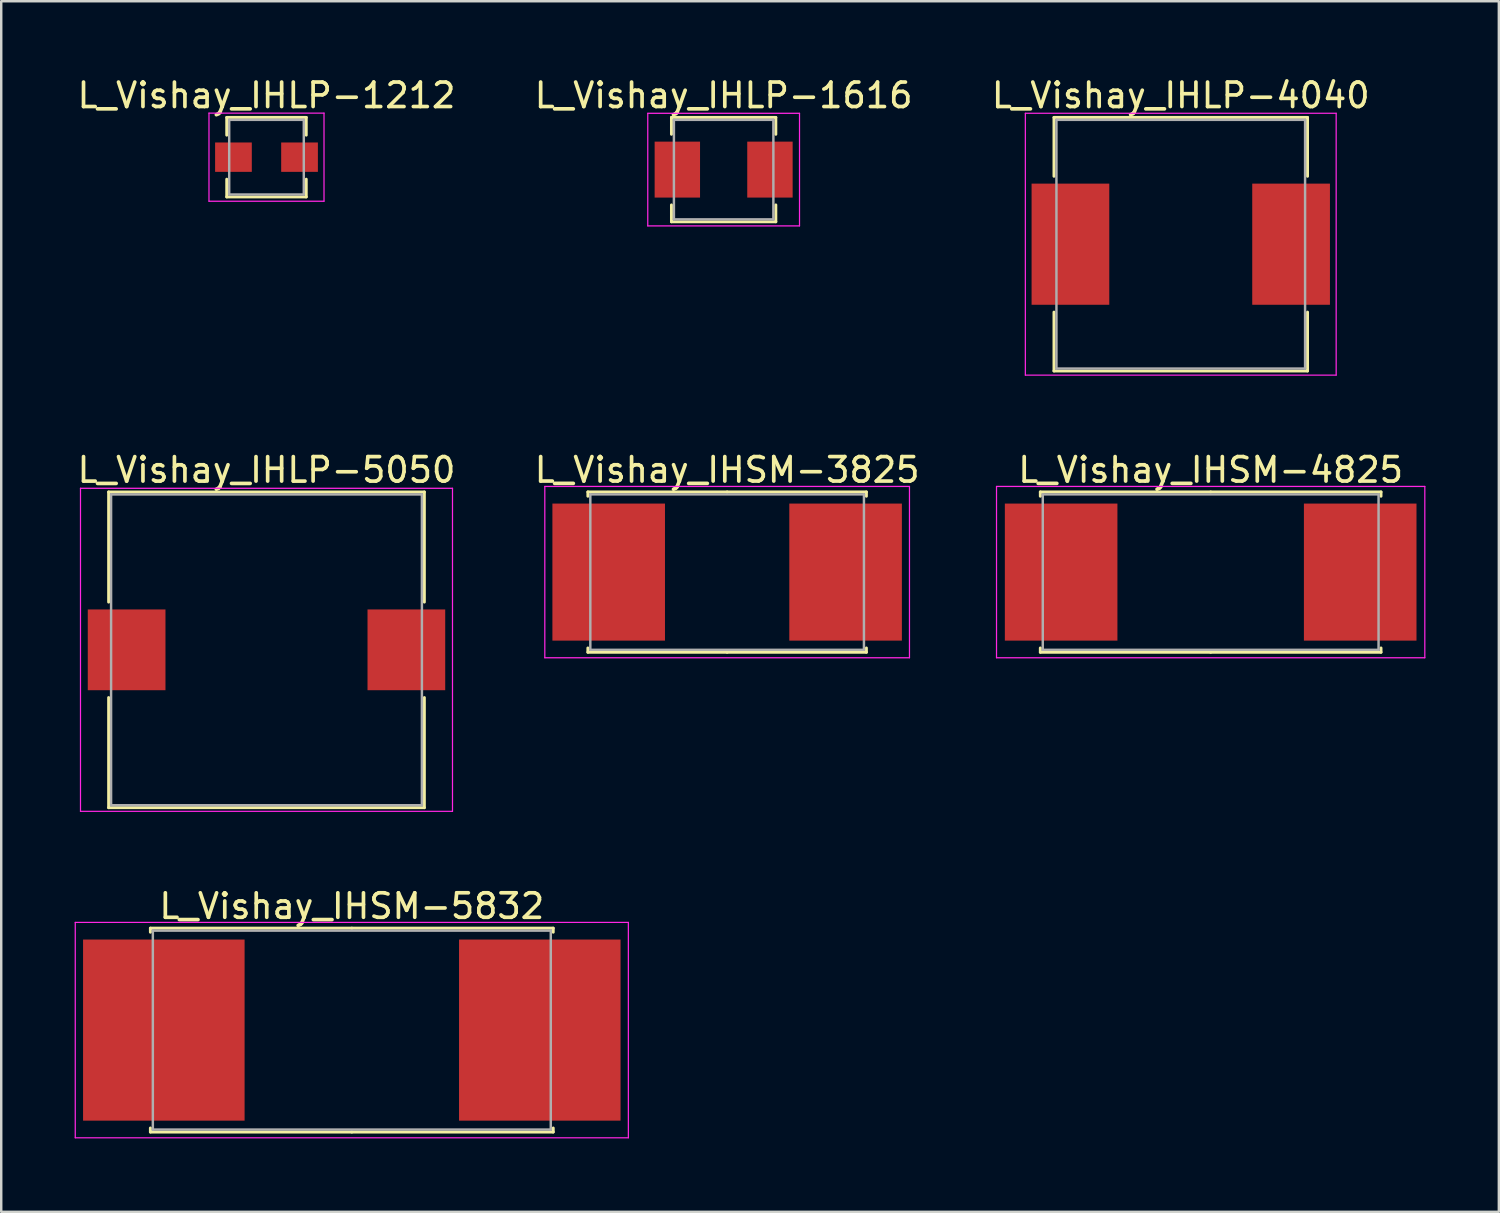
<source format=kicad_pcb>
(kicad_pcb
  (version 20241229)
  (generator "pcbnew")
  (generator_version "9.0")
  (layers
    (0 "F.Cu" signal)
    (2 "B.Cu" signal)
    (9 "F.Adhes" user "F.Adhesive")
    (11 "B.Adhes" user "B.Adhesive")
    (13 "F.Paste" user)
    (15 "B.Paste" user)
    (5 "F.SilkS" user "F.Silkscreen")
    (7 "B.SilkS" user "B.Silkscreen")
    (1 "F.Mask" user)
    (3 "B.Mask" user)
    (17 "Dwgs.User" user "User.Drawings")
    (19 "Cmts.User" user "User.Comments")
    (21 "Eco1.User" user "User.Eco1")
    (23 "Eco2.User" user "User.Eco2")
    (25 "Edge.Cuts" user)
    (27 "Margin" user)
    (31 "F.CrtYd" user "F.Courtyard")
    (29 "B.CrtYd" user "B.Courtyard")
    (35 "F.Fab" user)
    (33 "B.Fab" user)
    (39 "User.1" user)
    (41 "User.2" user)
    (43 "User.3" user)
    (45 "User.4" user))
  (footprint "L_Vishay_IHSM-5832"
    (layer "F.Cu")
    (at 11.325 39.04)
    (property "Reference" "L_Vishay_IHSM-5832" (at 0 -5.065 0) (layer "F.SilkS") (effects (font (size 1 1) (thickness 0.15))))
    (attr smd)
    (fp_line (start -8.23 -4.165) (end 0 -4.165) (stroke (width 0.12) (type solid)) (layer "F.SilkS"))
    (fp_line (start -8.23 -4) (end -8.23 -4.165) (stroke (width 0.12) (type solid)) (layer "F.SilkS"))
    (fp_line (start -8.23 4) (end -8.23 4.165) (stroke (width 0.12) (type solid)) (layer "F.SilkS"))
    (fp_line (start -8.23 4.165) (end 0 4.165) (stroke (width 0.12) (type solid)) (layer "F.SilkS"))
    (fp_line (start 8.23 -4.165) (end 0 -4.165) (stroke (width 0.12) (type solid)) (layer "F.SilkS"))
    (fp_line (start 8.23 -4) (end 8.23 -4.165) (stroke (width 0.12) (type solid)) (layer "F.SilkS"))
    (fp_line (start 8.23 4) (end 8.23 4.165) (stroke (width 0.12) (type solid)) (layer "F.SilkS"))
    (fp_line (start 8.23 4.165) (end 0 4.165) (stroke (width 0.12) (type solid)) (layer "F.SilkS"))
    (fp_line (start -11.3 -4.4) (end -11.3 4.4) (stroke (width 0.05) (type solid)) (layer "F.CrtYd"))
    (fp_line (start -11.3 4.4) (end 11.3 4.4) (stroke (width 0.05) (type solid)) (layer "F.CrtYd"))
    (fp_line (start 11.3 -4.4) (end -11.3 -4.4) (stroke (width 0.05) (type solid)) (layer "F.CrtYd"))
    (fp_line (start 11.3 4.4) (end 11.3 -4.4) (stroke (width 0.05) (type solid)) (layer "F.CrtYd"))
    (fp_line (start -8.13 -4.065) (end -8.13 4.065) (stroke (width 0.1) (type solid)) (layer "F.Fab"))
    (fp_line (start -8.13 4.065) (end 8.13 4.065) (stroke (width 0.1) (type solid)) (layer "F.Fab"))
    (fp_line (start 8.13 -4.065) (end -8.13 -4.065) (stroke (width 0.1) (type solid)) (layer "F.Fab"))
    (fp_line (start 8.13 4.065) (end 8.13 -4.065) (stroke (width 0.1) (type solid)) (layer "F.Fab"))
    (pad "1" smd rect (at -7.681 0) (size 6.6 7.4) (layers "F.Cu" "F.Mask" "F.Paste"))
    (pad "2" smd rect (at 7.681 0) (size 6.6 7.4) (layers "F.Cu" "F.Mask" "F.Paste")))
  (footprint "L_Vishay_IHLP-1212"
    (layer "F.Cu")
    (at 7.839 3.372)
    (property "Reference" "L_Vishay_IHLP-1212" (at 0 -2.524 0) (layer "F.SilkS") (effects (font (size 1 1) (thickness 0.15))))
    (attr smd)
    (fp_line (start -1.624 -1.624) (end 1.624 -1.624) (stroke (width 0.12) (type solid)) (layer "F.SilkS"))
    (fp_line (start -1.624 -0.9) (end -1.624 -1.624) (stroke (width 0.12) (type solid)) (layer "F.SilkS"))
    (fp_line (start -1.624 0.9) (end -1.624 1.624) (stroke (width 0.12) (type solid)) (layer "F.SilkS"))
    (fp_line (start -1.624 1.624) (end 1.624 1.624) (stroke (width 0.12) (type solid)) (layer "F.SilkS"))
    (fp_line (start 1.624 -1.624) (end 1.624 -0.9) (stroke (width 0.12) (type solid)) (layer "F.SilkS"))
    (fp_line (start 1.624 1.624) (end 1.624 0.9) (stroke (width 0.12) (type solid)) (layer "F.SilkS"))
    (fp_line (start -2.35 -1.8) (end -2.35 1.8) (stroke (width 0.05) (type solid)) (layer "F.CrtYd"))
    (fp_line (start -2.35 1.8) (end 2.35 1.8) (stroke (width 0.05) (type solid)) (layer "F.CrtYd"))
    (fp_line (start 2.35 -1.8) (end -2.35 -1.8) (stroke (width 0.05) (type solid)) (layer "F.CrtYd"))
    (fp_line (start 2.35 1.8) (end 2.35 -1.8) (stroke (width 0.05) (type solid)) (layer "F.CrtYd"))
    (fp_line (start -1.524 -1.524) (end -1.524 1.524) (stroke (width 0.1) (type solid)) (layer "F.Fab"))
    (fp_line (start -1.524 1.524) (end 1.524 1.524) (stroke (width 0.1) (type solid)) (layer "F.Fab"))
    (fp_line (start 1.524 -1.524) (end -1.524 -1.524) (stroke (width 0.1) (type solid)) (layer "F.Fab"))
    (fp_line (start 1.524 1.524) (end 1.524 -1.524) (stroke (width 0.1) (type solid)) (layer "F.Fab"))
    (pad "1" smd rect (at -1.35 0) (size 1.5 1.2) (layers "F.Cu" "F.Mask" "F.Paste"))
    (pad "2" smd rect (at 1.35 0) (size 1.5 1.2) (layers "F.Cu" "F.Mask" "F.Paste")))
  (footprint "L_Vishay_IHSM-3825"
    (layer "F.Cu")
    (at 26.661 20.326)
    (property "Reference" "L_Vishay_IHSM-3825" (at 0 -4.175 0) (layer "F.SilkS") (effects (font (size 1 1) (thickness 0.15))))
    (attr smd)
    (fp_line (start -5.69 -3.275) (end 0 -3.275) (stroke (width 0.12) (type solid)) (layer "F.SilkS"))
    (fp_line (start -5.69 -3.1) (end -5.69 -3.275) (stroke (width 0.12) (type solid)) (layer "F.SilkS"))
    (fp_line (start -5.69 3.1) (end -5.69 3.275) (stroke (width 0.12) (type solid)) (layer "F.SilkS"))
    (fp_line (start -5.69 3.275) (end 0 3.275) (stroke (width 0.12) (type solid)) (layer "F.SilkS"))
    (fp_line (start 5.69 -3.275) (end 0 -3.275) (stroke (width 0.12) (type solid)) (layer "F.SilkS"))
    (fp_line (start 5.69 -3.1) (end 5.69 -3.275) (stroke (width 0.12) (type solid)) (layer "F.SilkS"))
    (fp_line (start 5.69 3.1) (end 5.69 3.275) (stroke (width 0.12) (type solid)) (layer "F.SilkS"))
    (fp_line (start 5.69 3.275) (end 0 3.275) (stroke (width 0.12) (type solid)) (layer "F.SilkS"))
    (fp_line (start -7.45 -3.5) (end -7.45 3.5) (stroke (width 0.05) (type solid)) (layer "F.CrtYd"))
    (fp_line (start -7.45 3.5) (end 7.45 3.5) (stroke (width 0.05) (type solid)) (layer "F.CrtYd"))
    (fp_line (start 7.45 -3.5) (end -7.45 -3.5) (stroke (width 0.05) (type solid)) (layer "F.CrtYd"))
    (fp_line (start 7.45 3.5) (end 7.45 -3.5) (stroke (width 0.05) (type solid)) (layer "F.CrtYd"))
    (fp_line (start -5.59 -3.175) (end -5.59 3.175) (stroke (width 0.1) (type solid)) (layer "F.Fab"))
    (fp_line (start -5.59 3.175) (end 5.59 3.175) (stroke (width 0.1) (type solid)) (layer "F.Fab"))
    (fp_line (start 5.59 -3.175) (end -5.59 -3.175) (stroke (width 0.1) (type solid)) (layer "F.Fab"))
    (fp_line (start 5.59 3.175) (end 5.59 -3.175) (stroke (width 0.1) (type solid)) (layer "F.Fab"))
    (pad "1" smd rect (at -4.84 0) (size 4.6 5.6) (layers "F.Cu" "F.Mask" "F.Paste"))
    (pad "2" smd rect (at 4.84 0) (size 4.6 5.6) (layers "F.Cu" "F.Mask" "F.Paste")))
  (footprint "L_Vishay_IHLP-4040"
    (layer "F.Cu")
    (at 45.196 6.928)
    (property "Reference" "L_Vishay_IHLP-4040" (at 0 -6.08 0) (layer "F.SilkS") (effects (font (size 1 1) (thickness 0.15))))
    (attr smd)
    (fp_line (start -5.18 -5.18) (end 5.18 -5.18) (stroke (width 0.12) (type solid)) (layer "F.SilkS"))
    (fp_line (start -5.18 -2.775) (end -5.18 -5.18) (stroke (width 0.12) (type solid)) (layer "F.SilkS"))
    (fp_line (start -5.18 2.775) (end -5.18 5.18) (stroke (width 0.12) (type solid)) (layer "F.SilkS"))
    (fp_line (start -5.18 5.18) (end 5.18 5.18) (stroke (width 0.12) (type solid)) (layer "F.SilkS"))
    (fp_line (start 5.18 -5.18) (end 5.18 -2.775) (stroke (width 0.12) (type solid)) (layer "F.SilkS"))
    (fp_line (start 5.18 5.18) (end 5.18 2.775) (stroke (width 0.12) (type solid)) (layer "F.SilkS"))
    (fp_line (start -6.35 -5.35) (end -6.35 5.35) (stroke (width 0.05) (type solid)) (layer "F.CrtYd"))
    (fp_line (start -6.35 5.35) (end 6.35 5.35) (stroke (width 0.05) (type solid)) (layer "F.CrtYd"))
    (fp_line (start 6.35 -5.35) (end -6.35 -5.35) (stroke (width 0.05) (type solid)) (layer "F.CrtYd"))
    (fp_line (start 6.35 5.35) (end 6.35 -5.35) (stroke (width 0.05) (type solid)) (layer "F.CrtYd"))
    (fp_line (start -5.08 -5.08) (end -5.08 5.08) (stroke (width 0.1) (type solid)) (layer "F.Fab"))
    (fp_line (start -5.08 5.08) (end 5.08 5.08) (stroke (width 0.1) (type solid)) (layer "F.Fab"))
    (fp_line (start 5.08 -5.08) (end -5.08 -5.08) (stroke (width 0.1) (type solid)) (layer "F.Fab"))
    (fp_line (start 5.08 5.08) (end 5.08 -5.08) (stroke (width 0.1) (type solid)) (layer "F.Fab"))
    (pad "1" smd rect (at -4.508 0) (size 3.175 4.95) (layers "F.Cu" "F.Mask" "F.Paste"))
    (pad "2" smd rect (at 4.508 0) (size 3.175 4.95) (layers "F.Cu" "F.Mask" "F.Paste")))
  (footprint "L_Vishay_IHLP-5050"
    (layer "F.Cu")
    (at 7.839 23.502)
    (property "Reference" "L_Vishay_IHLP-5050" (at 0 -7.35 0) (layer "F.SilkS") (effects (font (size 1 1) (thickness 0.15))))
    (attr smd)
    (fp_line (start -6.45 -6.45) (end 6.45 -6.45) (stroke (width 0.12) (type solid)) (layer "F.SilkS"))
    (fp_line (start -6.45 -1.95) (end -6.45 -6.45) (stroke (width 0.12) (type solid)) (layer "F.SilkS"))
    (fp_line (start -6.45 1.95) (end -6.45 6.45) (stroke (width 0.12) (type solid)) (layer "F.SilkS"))
    (fp_line (start -6.45 6.45) (end 6.45 6.45) (stroke (width 0.12) (type solid)) (layer "F.SilkS"))
    (fp_line (start 6.45 -6.45) (end 6.45 -1.95) (stroke (width 0.12) (type solid)) (layer "F.SilkS"))
    (fp_line (start 6.45 6.45) (end 6.45 1.95) (stroke (width 0.12) (type solid)) (layer "F.SilkS"))
    (fp_line (start -7.6 -6.6) (end -7.6 6.6) (stroke (width 0.05) (type solid)) (layer "F.CrtYd"))
    (fp_line (start -7.6 6.6) (end 7.6 6.6) (stroke (width 0.05) (type solid)) (layer "F.CrtYd"))
    (fp_line (start 7.6 -6.6) (end -7.6 -6.6) (stroke (width 0.05) (type solid)) (layer "F.CrtYd"))
    (fp_line (start 7.6 6.6) (end 7.6 -6.6) (stroke (width 0.05) (type solid)) (layer "F.CrtYd"))
    (fp_line (start -6.35 -6.35) (end -6.35 6.35) (stroke (width 0.1) (type solid)) (layer "F.Fab"))
    (fp_line (start -6.35 6.35) (end 6.35 6.35) (stroke (width 0.1) (type solid)) (layer "F.Fab"))
    (fp_line (start 6.35 -6.35) (end -6.35 -6.35) (stroke (width 0.1) (type solid)) (layer "F.Fab"))
    (fp_line (start 6.35 6.35) (end 6.35 -6.35) (stroke (width 0.1) (type solid)) (layer "F.Fab"))
    (pad "1" smd rect (at -5.715 0) (size 3.175 3.3) (layers "F.Cu" "F.Mask" "F.Paste"))
    (pad "2" smd rect (at 5.715 0) (size 3.175 3.3) (layers "F.Cu" "F.Mask" "F.Paste")))
  (footprint "L_Vishay_IHLP-1616"
    (layer "F.Cu")
    (at 26.518 3.88)
    (property "Reference" "L_Vishay_IHLP-1616" (at 0 -3.032 0) (layer "F.SilkS") (effects (font (size 1 1) (thickness 0.15))))
    (attr smd)
    (fp_line (start -2.132 -2.132) (end 2.132 -2.132) (stroke (width 0.12) (type solid)) (layer "F.SilkS"))
    (fp_line (start -2.132 -1.443) (end -2.132 -2.132) (stroke (width 0.12) (type solid)) (layer "F.SilkS"))
    (fp_line (start -2.132 1.443) (end -2.132 2.132) (stroke (width 0.12) (type solid)) (layer "F.SilkS"))
    (fp_line (start -2.132 2.132) (end 2.132 2.132) (stroke (width 0.12) (type solid)) (layer "F.SilkS"))
    (fp_line (start 2.132 -2.132) (end 2.132 -1.443) (stroke (width 0.12) (type solid)) (layer "F.SilkS"))
    (fp_line (start 2.132 2.132) (end 2.132 1.443) (stroke (width 0.12) (type solid)) (layer "F.SilkS"))
    (fp_line (start -3.1 -2.3) (end -3.1 2.3) (stroke (width 0.05) (type solid)) (layer "F.CrtYd"))
    (fp_line (start -3.1 2.3) (end 3.1 2.3) (stroke (width 0.05) (type solid)) (layer "F.CrtYd"))
    (fp_line (start 3.1 -2.3) (end -3.1 -2.3) (stroke (width 0.05) (type solid)) (layer "F.CrtYd"))
    (fp_line (start 3.1 2.3) (end 3.1 -2.3) (stroke (width 0.05) (type solid)) (layer "F.CrtYd"))
    (fp_line (start -2.032 -2.032) (end -2.032 2.032) (stroke (width 0.1) (type solid)) (layer "F.Fab"))
    (fp_line (start -2.032 2.032) (end 2.032 2.032) (stroke (width 0.1) (type solid)) (layer "F.Fab"))
    (fp_line (start 2.032 -2.032) (end -2.032 -2.032) (stroke (width 0.1) (type solid)) (layer "F.Fab"))
    (fp_line (start 2.032 2.032) (end 2.032 -2.032) (stroke (width 0.1) (type solid)) (layer "F.Fab"))
    (pad "1" smd rect (at -1.892 0) (size 1.855 2.286) (layers "F.Cu" "F.Mask" "F.Paste"))
    (pad "2" smd rect (at 1.892 0) (size 1.855 2.286) (layers "F.Cu" "F.Mask" "F.Paste")))
  (footprint "L_Vishay_IHSM-4825"
    (layer "F.Cu")
    (at 46.418 20.326)
    (property "Reference" "L_Vishay_IHSM-4825" (at 0 -4.175 0) (layer "F.SilkS") (effects (font (size 1 1) (thickness 0.15))))
    (attr smd)
    (fp_line (start -6.96 -3.275) (end 0 -3.275) (stroke (width 0.12) (type solid)) (layer "F.SilkS"))
    (fp_line (start -6.96 -3.1) (end -6.96 -3.275) (stroke (width 0.12) (type solid)) (layer "F.SilkS"))
    (fp_line (start -6.96 3.1) (end -6.96 3.275) (stroke (width 0.12) (type solid)) (layer "F.SilkS"))
    (fp_line (start -6.96 3.275) (end 0 3.275) (stroke (width 0.12) (type solid)) (layer "F.SilkS"))
    (fp_line (start 6.96 -3.275) (end 0 -3.275) (stroke (width 0.12) (type solid)) (layer "F.SilkS"))
    (fp_line (start 6.96 -3.1) (end 6.96 -3.275) (stroke (width 0.12) (type solid)) (layer "F.SilkS"))
    (fp_line (start 6.96 3.1) (end 6.96 3.275) (stroke (width 0.12) (type solid)) (layer "F.SilkS"))
    (fp_line (start 6.96 3.275) (end 0 3.275) (stroke (width 0.12) (type solid)) (layer "F.SilkS"))
    (fp_line (start -8.75 -3.5) (end -8.75 3.5) (stroke (width 0.05) (type solid)) (layer "F.CrtYd"))
    (fp_line (start -8.75 3.5) (end 8.75 3.5) (stroke (width 0.05) (type solid)) (layer "F.CrtYd"))
    (fp_line (start 8.75 -3.5) (end -8.75 -3.5) (stroke (width 0.05) (type solid)) (layer "F.CrtYd"))
    (fp_line (start 8.75 3.5) (end 8.75 -3.5) (stroke (width 0.05) (type solid)) (layer "F.CrtYd"))
    (fp_line (start -6.86 -3.175) (end -6.86 3.175) (stroke (width 0.1) (type solid)) (layer "F.Fab"))
    (fp_line (start -6.86 3.175) (end 6.86 3.175) (stroke (width 0.1) (type solid)) (layer "F.Fab"))
    (fp_line (start 6.86 -3.175) (end -6.86 -3.175) (stroke (width 0.1) (type solid)) (layer "F.Fab"))
    (fp_line (start 6.86 3.175) (end 6.86 -3.175) (stroke (width 0.1) (type solid)) (layer "F.Fab"))
    (pad "1" smd rect (at -6.11 0) (size 4.6 5.6) (layers "F.Cu" "F.Mask" "F.Paste"))
    (pad "2" smd rect (at 6.11 0) (size 4.6 5.6) (layers "F.Cu" "F.Mask" "F.Paste")))
  (gr_rect
    (start -3 -3)
    (end 58.193 46.465)
    (stroke (width 0.1) (type default))
    (fill no)
    (layer "Edge.Cuts")))
</source>
